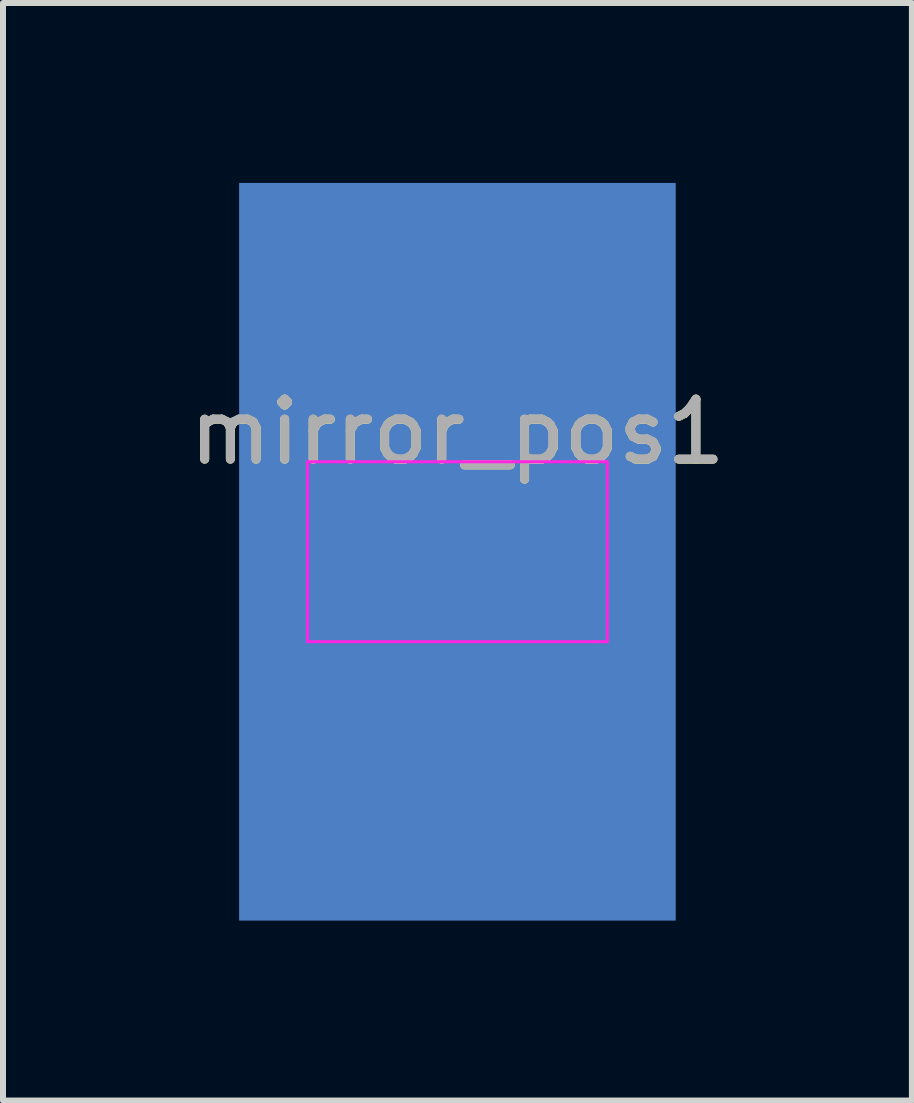
<source format=kicad_pcb>
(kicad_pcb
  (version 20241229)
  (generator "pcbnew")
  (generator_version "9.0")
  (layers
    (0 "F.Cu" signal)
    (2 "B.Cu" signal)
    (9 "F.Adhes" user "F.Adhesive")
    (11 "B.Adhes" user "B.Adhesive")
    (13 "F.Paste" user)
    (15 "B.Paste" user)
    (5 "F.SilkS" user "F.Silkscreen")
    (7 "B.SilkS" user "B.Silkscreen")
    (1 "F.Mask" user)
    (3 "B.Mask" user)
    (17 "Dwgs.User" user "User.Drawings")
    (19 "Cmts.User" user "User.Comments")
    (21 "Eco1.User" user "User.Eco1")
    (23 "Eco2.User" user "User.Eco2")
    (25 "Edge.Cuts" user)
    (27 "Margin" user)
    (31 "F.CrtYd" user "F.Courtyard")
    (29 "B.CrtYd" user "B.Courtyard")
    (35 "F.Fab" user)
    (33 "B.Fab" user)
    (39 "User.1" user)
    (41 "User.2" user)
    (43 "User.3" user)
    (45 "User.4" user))
  (footprint "mirror_pos1"
    (layer "F.Cu")
    (at 4.577 6.15)
    (property "Reference" "mirror_pos1" (at 0 -1.998 0) (layer "F.SilkS") (effects (font (size 1 1) (thickness 0.15))))
    (attr exclude_from_pos_files exclude_from_bom)
    (fp_line (start -2.5 -1.5) (end -2.5 1.5) (stroke (width 0.05) (type solid)) (layer "F.CrtYd"))
    (fp_line (start -2.5 -1.5) (end 2.5 -1.5) (stroke (width 0.05) (type solid)) (layer "F.CrtYd"))
    (fp_line (start 2.5 1.5) (end -2.5 1.5) (stroke (width 0.05) (type solid)) (layer "F.CrtYd"))
    (fp_line (start 2.5 1.5) (end 2.5 -1.5) (stroke (width 0.05) (type solid)) (layer "F.CrtYd"))
    (fp_text user "${REFERENCE}" (at 0 -2 0) (layer "F.Fab") (effects (font (size 1 1) (thickness 0.15))))
    (pad "1" smd rect (at 0 0) (size 7.28 12.3) (layers "B.Cu" "B.Mask")))
  (gr_rect
    (start -3 -3)
    (end 12.155 15.3)
    (stroke (width 0.1) (type default))
    (fill no)
    (layer "Edge.Cuts")))
</source>
